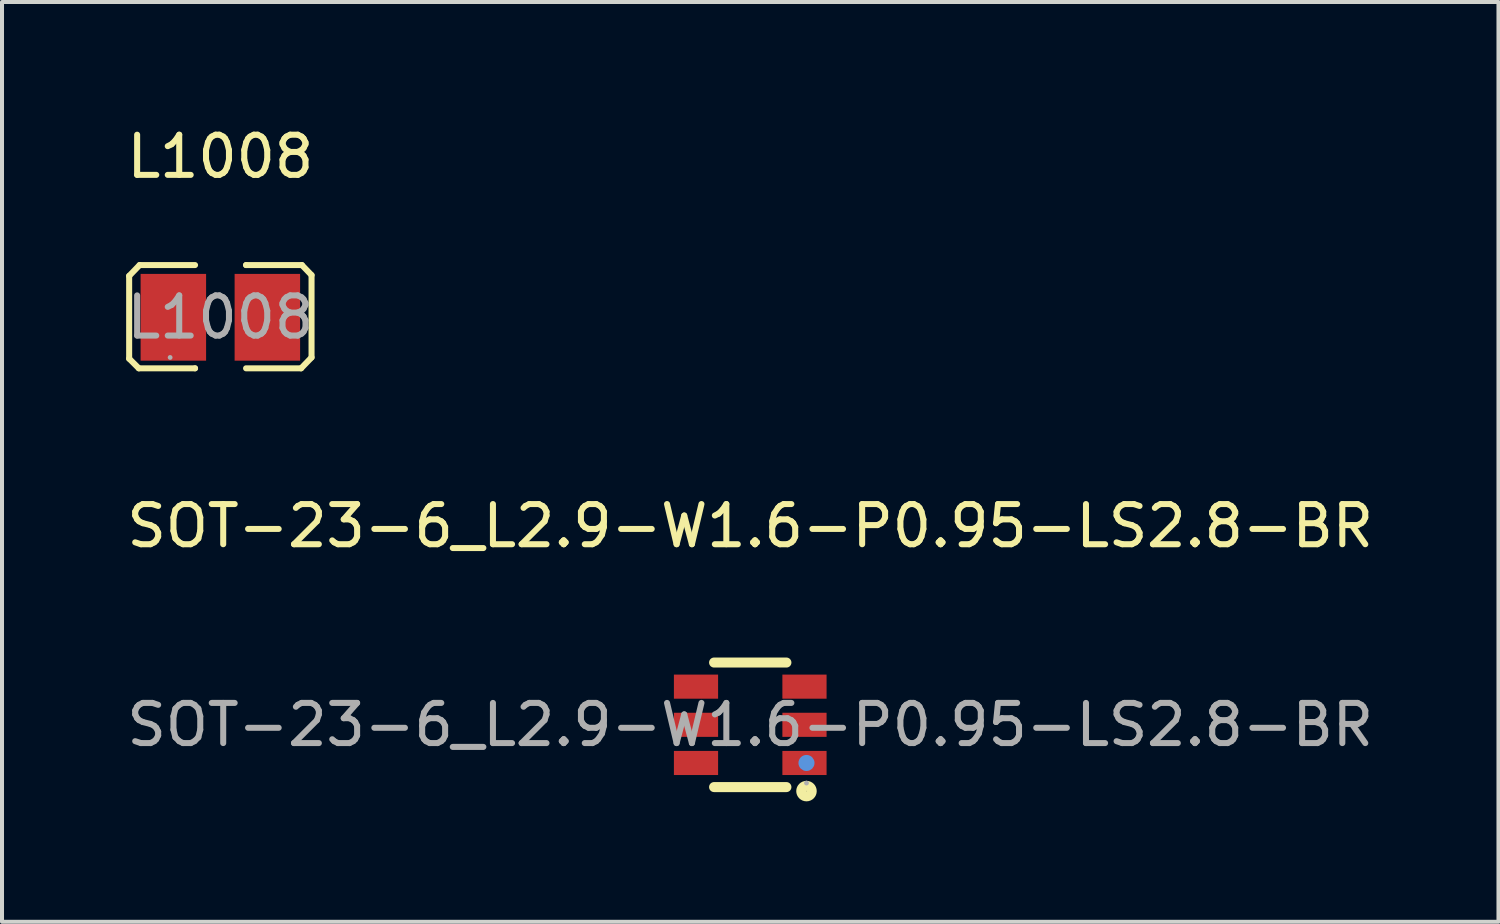
<source format=kicad_pcb>
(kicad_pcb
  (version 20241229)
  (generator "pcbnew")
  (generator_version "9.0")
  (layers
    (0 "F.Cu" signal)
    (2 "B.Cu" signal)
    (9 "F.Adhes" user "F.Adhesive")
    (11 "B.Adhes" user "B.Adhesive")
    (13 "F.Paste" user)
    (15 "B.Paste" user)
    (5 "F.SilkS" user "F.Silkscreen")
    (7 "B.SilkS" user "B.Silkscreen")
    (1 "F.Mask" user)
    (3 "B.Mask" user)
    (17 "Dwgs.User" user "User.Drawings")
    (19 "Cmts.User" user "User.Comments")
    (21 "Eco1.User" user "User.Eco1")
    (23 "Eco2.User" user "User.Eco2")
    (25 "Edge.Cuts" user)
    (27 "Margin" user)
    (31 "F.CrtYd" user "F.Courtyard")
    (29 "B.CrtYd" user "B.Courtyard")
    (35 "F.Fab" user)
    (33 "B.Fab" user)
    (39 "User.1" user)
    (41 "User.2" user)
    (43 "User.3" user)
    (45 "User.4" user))
  (footprint "L1008"
    (layer "F.Cu")
    (at 2.435 4.848)
    (property "Reference" "L1008" (at 0 -4 0) (layer "F.SilkS") (effects (font (size 1 1) (thickness 0.15))))
    (attr through_hole)
    (fp_line (start -2.27 -1.03) (end -2.01 -1.3) (stroke (width 0.15) (type solid)) (layer "F.SilkS"))
    (fp_line (start -2.27 1.03) (end -2.27 -1.03) (stroke (width 0.15) (type solid)) (layer "F.SilkS"))
    (fp_line (start -2.03 1.27) (end -2.27 1.03) (stroke (width 0.15) (type solid)) (layer "F.SilkS"))
    (fp_line (start -2.01 -1.3) (end -0.63 -1.3) (stroke (width 0.15) (type solid)) (layer "F.SilkS"))
    (fp_line (start -0.63 1.27) (end -2.03 1.27) (stroke (width 0.15) (type solid)) (layer "F.SilkS"))
    (fp_line (start -0.63 1.27) (end -0.63 1.27) (stroke (width 0.15) (type solid)) (layer "F.SilkS"))
    (fp_line (start 0.64 -1.3) (end 0.64 -1.3) (stroke (width 0.15) (type solid)) (layer "F.SilkS"))
    (fp_line (start 0.64 -1.3) (end 2.03 -1.3) (stroke (width 0.15) (type solid)) (layer "F.SilkS"))
    (fp_line (start 2.01 1.27) (end 0.64 1.27) (stroke (width 0.15) (type solid)) (layer "F.SilkS"))
    (fp_line (start 2.03 -1.3) (end 2.27 -1.05) (stroke (width 0.15) (type solid)) (layer "F.SilkS"))
    (fp_line (start 2.27 -1.05) (end 2.27 1) (stroke (width 0.15) (type solid)) (layer "F.SilkS"))
    (fp_line (start 2.27 1) (end 2.01 1.27) (stroke (width 0.15) (type solid)) (layer "F.SilkS"))
    (fp_circle (center -1.25 1) (end -1.22 1) (stroke (width 0.06) (type solid)) (fill no) (layer "F.Fab"))
    (fp_text user "${REFERENCE}" (at 0 0 0) (layer "F.Fab") (effects (font (size 1 1) (thickness 0.15))))
    (pad "1" smd rect (at -1.17 0) (size 1.63 2.16) (layers "F.Cu" "F.Mask" "F.Paste"))
    (pad "2" smd rect (at 1.17 0) (size 1.63 2.16) (layers "F.Cu" "F.Mask" "F.Paste")))
  (footprint "SOT-23-6_L2.9-W1.6-P0.95-LS2.8-BR"
    (layer "F.Cu")
    (at 15.625 14.992)
    (property "Reference" "SOT-23-6_L2.9-W1.6-P0.95-LS2.8-BR" (at 0 -4.95 0) (layer "F.SilkS") (effects (font (size 1 1) (thickness 0.15))))
    (attr smd)
    (fp_line (start -0.9 -1.55) (end 0.9 -1.55) (stroke (width 0.25) (type solid)) (layer "F.SilkS"))
    (fp_line (start -0.9 1.55) (end 0.9 1.55) (stroke (width 0.25) (type solid)) (layer "F.SilkS"))
    (fp_circle (center 1.4 1.65) (end 1.53 1.65) (stroke (width 0.25) (type solid)) (fill no) (layer "F.SilkS"))
    (fp_circle (center 1.4 0.95) (end 1.5 0.95) (stroke (width 0.2) (type solid)) (fill no) (layer "Cmts.User"))
    (fp_circle (center 1.4 1.45) (end 1.43 1.45) (stroke (width 0.06) (type solid)) (fill no) (layer "F.Fab"))
    (fp_text user "${REFERENCE}" (at 0 0 0) (layer "F.Fab") (effects (font (size 1 1) (thickness 0.15))))
    (pad "1" smd rect (at 1.35 0.95) (size 1.1 0.6) (layers "F.Cu" "F.Mask" "F.Paste"))
    (pad "2" smd rect (at 1.35 0) (size 1.1 0.6) (layers "F.Cu" "F.Mask" "F.Paste"))
    (pad "3" smd rect (at 1.35 -0.95) (size 1.1 0.6) (layers "F.Cu" "F.Mask" "F.Paste"))
    (pad "4" smd rect (at -1.35 -0.95) (size 1.1 0.6) (layers "F.Cu" "F.Mask" "F.Paste"))
    (pad "5" smd rect (at -1.35 0) (size 1.1 0.6) (layers "F.Cu" "F.Mask" "F.Paste"))
    (pad "6" smd rect (at -1.35 0.95) (size 1.1 0.6) (layers "F.Cu" "F.Mask" "F.Paste")))
  (gr_rect
    (start -3 -3)
    (end 34.25 19.896)
    (stroke (width 0.1) (type default))
    (fill no)
    (layer "Edge.Cuts")))
</source>
